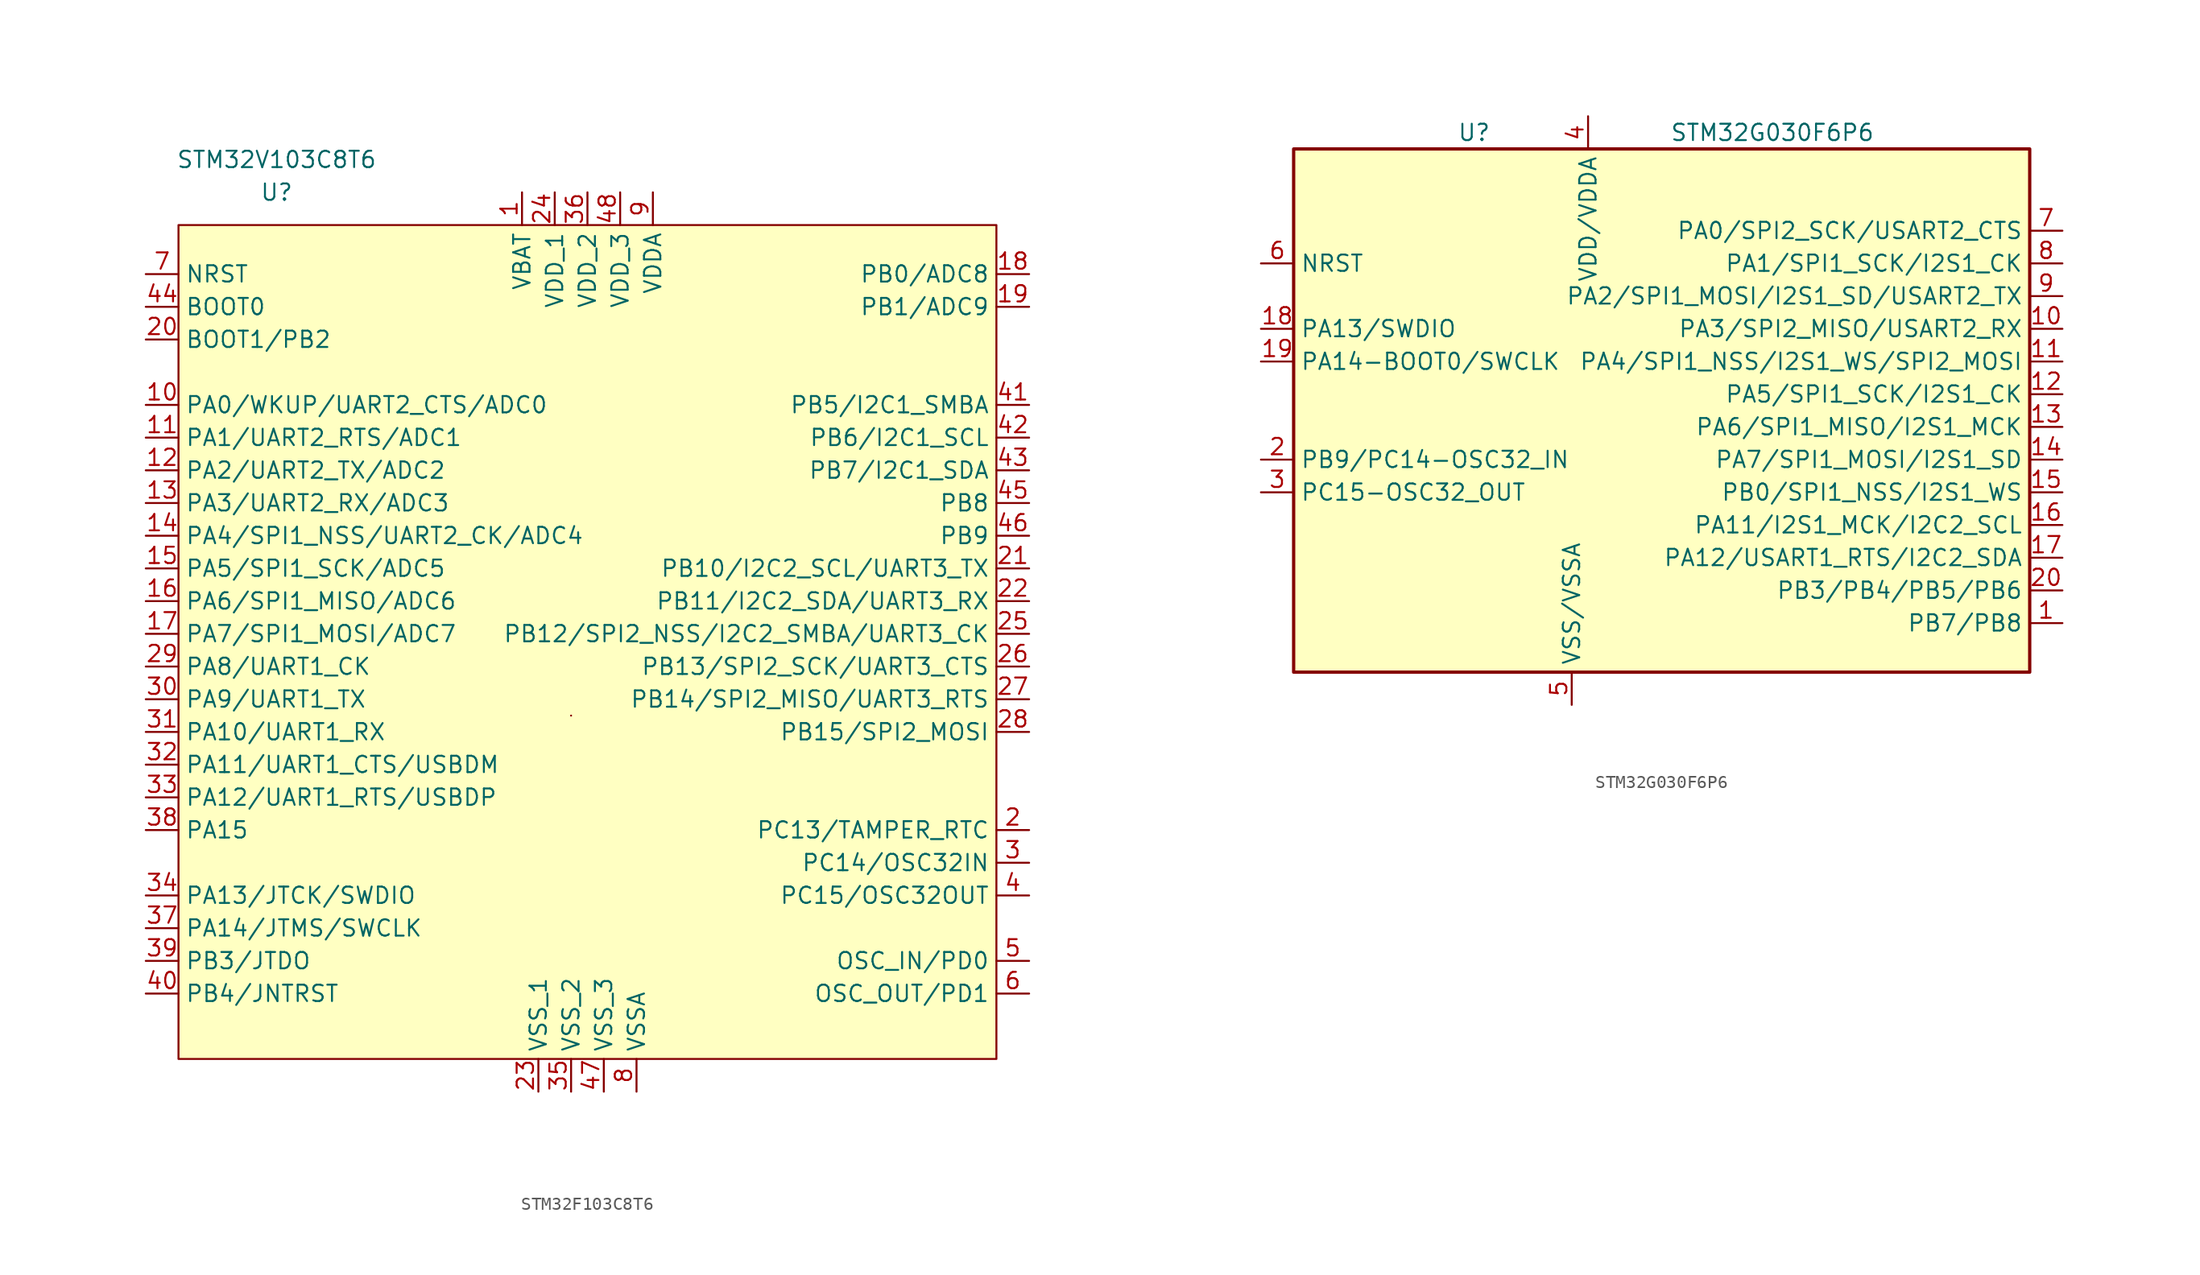
<source format=kicad_sym>
(kicad_symbol_lib
  (version 20241209)
  (generator "kicad_symbol_editor")
  (generator_version "9.0")
  (symbol "STM32F103C8T6"
    (property "Reference" "U"
      (at -24.13 25.4 0)
      (effects (font (size 1.27 1.27))))
    (property "Value" "STM32V103C8T6"
      (at -24.13 27.94 0)
      (effects (font (size 1.27 1.27))))
    (symbol "STM32F103C8T6_0_1"
      (rectangle (start -31.75 22.86) (end 31.75 -41.91) (stroke (width 0.152) (type default)) (fill (type background)))
      (rectangle (start -1.27 -15.24) (end -1.27 -15.24) (stroke (width 0.152) (type default)) (fill (type none))))
    (symbol "STM32F103C8T6_1_1"
      (pin input line (at -34.29 19.05 0) (length 2.54) (name "NRST" (effects (font (size 1.27 1.27)))) (number "7" (effects (font (size 1.27 1.27)))))
      (pin input line (at -34.29 16.51 0) (length 2.54) (name "BOOT0" (effects (font (size 1.27 1.27)))) (number "44" (effects (font (size 1.27 1.27)))))
      (pin bidirectional line (at -34.29 13.97 0) (length 2.54) (name "BOOT1/PB2" (effects (font (size 1.27 1.27)))) (number "20" (effects (font (size 1.27 1.27)))))
      (pin bidirectional line (at -34.29 8.89 0) (length 2.54) (name "PA0/WKUP/UART2_CTS/ADC0" (effects (font (size 1.27 1.27)))) (number "10" (effects (font (size 1.27 1.27)))))
      (pin bidirectional line (at -34.29 6.35 0) (length 2.54) (name "PA1/UART2_RTS/ADC1" (effects (font (size 1.27 1.27)))) (number "11" (effects (font (size 1.27 1.27)))))
      (pin bidirectional line (at -34.29 3.81 0) (length 2.54) (name "PA2/UART2_TX/ADC2" (effects (font (size 1.27 1.27)))) (number "12" (effects (font (size 1.27 1.27)))))
      (pin bidirectional line (at -34.29 1.27 0) (length 2.54) (name "PA3/UART2_RX/ADC3" (effects (font (size 1.27 1.27)))) (number "13" (effects (font (size 1.27 1.27)))))
      (pin bidirectional line (at -34.29 -1.27 0) (length 2.54) (name "PA4/SPI1_NSS/UART2_CK/ADC4" (effects (font (size 1.27 1.27)))) (number "14" (effects (font (size 1.27 1.27)))))
      (pin bidirectional line (at -34.29 -3.81 0) (length 2.54) (name "PA5/SPI1_SCK/ADC5" (effects (font (size 1.27 1.27)))) (number "15" (effects (font (size 1.27 1.27)))))
      (pin bidirectional line (at -34.29 -6.35 0) (length 2.54) (name "PA6/SPI1_MISO/ADC6" (effects (font (size 1.27 1.27)))) (number "16" (effects (font (size 1.27 1.27)))))
      (pin bidirectional line (at -34.29 -8.89 0) (length 2.54) (name "PA7/SPI1_MOSI/ADC7" (effects (font (size 1.27 1.27)))) (number "17" (effects (font (size 1.27 1.27)))))
      (pin bidirectional line (at -34.29 -11.43 0) (length 2.54) (name "PA8/UART1_CK" (effects (font (size 1.27 1.27)))) (number "29" (effects (font (size 1.27 1.27)))))
      (pin bidirectional line (at -34.29 -13.97 0) (length 2.54) (name "PA9/UART1_TX" (effects (font (size 1.27 1.27)))) (number "30" (effects (font (size 1.27 1.27)))))
      (pin bidirectional line (at -34.29 -16.51 0) (length 2.54) (name "PA10/UART1_RX" (effects (font (size 1.27 1.27)))) (number "31" (effects (font (size 1.27 1.27)))))
      (pin bidirectional line (at -34.29 -19.05 0) (length 2.54) (name "PA11/UART1_CTS/USBDM" (effects (font (size 1.27 1.27)))) (number "32" (effects (font (size 1.27 1.27)))))
      (pin bidirectional line (at -34.29 -21.59 0) (length 2.54) (name "PA12/UART1_RTS/USBDP" (effects (font (size 1.27 1.27)))) (number "33" (effects (font (size 1.27 1.27)))))
      (pin bidirectional line (at -34.29 -24.13 0) (length 2.54) (name "PA15" (effects (font (size 1.27 1.27)))) (number "38" (effects (font (size 1.27 1.27)))))
      (pin bidirectional line (at -34.29 -29.21 0) (length 2.54) (name "PA13/JTCK/SWDIO" (effects (font (size 1.27 1.27)))) (number "34" (effects (font (size 1.27 1.27)))))
      (pin bidirectional line (at -34.29 -31.75 0) (length 2.54) (name "PA14/JTMS/SWCLK" (effects (font (size 1.27 1.27)))) (number "37" (effects (font (size 1.27 1.27)))))
      (pin bidirectional line (at -34.29 -34.29 0) (length 2.54) (name "PB3/JTDO" (effects (font (size 1.27 1.27)))) (number "39" (effects (font (size 1.27 1.27)))))
      (pin bidirectional line (at -34.29 -36.83 0) (length 2.54) (name "PB4/JNTRST" (effects (font (size 1.27 1.27)))) (number "40" (effects (font (size 1.27 1.27)))))
      (pin power_in line (at -5.08 25.4 270) (length 2.54) (name "VBAT" (effects (font (size 1.27 1.27)))) (number "1" (effects (font (size 1.27 1.27)))))
      (pin power_in line (at -3.81 -44.45 90) (length 2.54) (name "VSS_1" (effects (font (size 1.27 1.27)))) (number "23" (effects (font (size 1.27 1.27)))))
      (pin power_in line (at -2.54 25.4 270) (length 2.54) (name "VDD_1" (effects (font (size 1.27 1.27)))) (number "24" (effects (font (size 1.27 1.27)))))
      (pin power_in line (at -1.27 -44.45 90) (length 2.54) (name "VSS_2" (effects (font (size 1.27 1.27)))) (number "35" (effects (font (size 1.27 1.27)))))
      (pin power_in line (at 0 25.4 270) (length 2.54) (name "VDD_2" (effects (font (size 1.27 1.27)))) (number "36" (effects (font (size 1.27 1.27)))))
      (pin power_in line (at 1.27 -44.45 90) (length 2.54) (name "VSS_3" (effects (font (size 1.27 1.27)))) (number "47" (effects (font (size 1.27 1.27)))))
      (pin power_in line (at 2.54 25.4 270) (length 2.54) (name "VDD_3" (effects (font (size 1.27 1.27)))) (number "48" (effects (font (size 1.27 1.27)))))
      (pin input line (at 3.81 -44.45 90) (length 2.54) (name "VSSA" (effects (font (size 1.27 1.27)))) (number "8" (effects (font (size 1.27 1.27)))))
      (pin input line (at 5.08 25.4 270) (length 2.54) (name "VDDA" (effects (font (size 1.27 1.27)))) (number "9" (effects (font (size 1.27 1.27)))))
      (pin bidirectional line (at 34.29 19.05 180) (length 2.54) (name "PB0/ADC8" (effects (font (size 1.27 1.27)))) (number "18" (effects (font (size 1.27 1.27)))))
      (pin bidirectional line (at 34.29 16.51 180) (length 2.54) (name "PB1/ADC9" (effects (font (size 1.27 1.27)))) (number "19" (effects (font (size 1.27 1.27)))))
      (pin bidirectional line (at 34.29 8.89 180) (length 2.54) (name "PB5/I2C1_SMBA" (effects (font (size 1.27 1.27)))) (number "41" (effects (font (size 1.27 1.27)))))
      (pin bidirectional line (at 34.29 6.35 180) (length 2.54) (name "PB6/I2C1_SCL" (effects (font (size 1.27 1.27)))) (number "42" (effects (font (size 1.27 1.27)))))
      (pin bidirectional line (at 34.29 3.81 180) (length 2.54) (name "PB7/I2C1_SDA" (effects (font (size 1.27 1.27)))) (number "43" (effects (font (size 1.27 1.27)))))
      (pin bidirectional line (at 34.29 1.27 180) (length 2.54) (name "PB8" (effects (font (size 1.27 1.27)))) (number "45" (effects (font (size 1.27 1.27)))))
      (pin bidirectional line (at 34.29 -1.27 180) (length 2.54) (name "PB9" (effects (font (size 1.27 1.27)))) (number "46" (effects (font (size 1.27 1.27)))))
      (pin bidirectional line (at 34.29 -3.81 180) (length 2.54) (name "PB10/I2C2_SCL/UART3_TX" (effects (font (size 1.27 1.27)))) (number "21" (effects (font (size 1.27 1.27)))))
      (pin bidirectional line (at 34.29 -6.35 180) (length 2.54) (name "PB11/I2C2_SDA/UART3_RX" (effects (font (size 1.27 1.27)))) (number "22" (effects (font (size 1.27 1.27)))))
      (pin bidirectional line (at 34.29 -8.89 180) (length 2.54) (name "PB12/SPI2_NSS/I2C2_SMBA/UART3_CK" (effects (font (size 1.27 1.27)))) (number "25" (effects (font (size 1.27 1.27)))))
      (pin bidirectional line (at 34.29 -11.43 180) (length 2.54) (name "PB13/SPI2_SCK/UART3_CTS" (effects (font (size 1.27 1.27)))) (number "26" (effects (font (size 1.27 1.27)))))
      (pin bidirectional line (at 34.29 -13.97 180) (length 2.54) (name "PB14/SPI2_MISO/UART3_RTS" (effects (font (size 1.27 1.27)))) (number "27" (effects (font (size 1.27 1.27)))))
      (pin bidirectional line (at 34.29 -16.51 180) (length 2.54) (name "PB15/SPI2_MOSI" (effects (font (size 1.27 1.27)))) (number "28" (effects (font (size 1.27 1.27)))))
      (pin bidirectional line (at 34.29 -24.13 180) (length 2.54) (name "PC13/TAMPER_RTC" (effects (font (size 1.27 1.27)))) (number "2" (effects (font (size 1.27 1.27)))))
      (pin bidirectional line (at 34.29 -26.67 180) (length 2.54) (name "PC14/OSC32IN" (effects (font (size 1.27 1.27)))) (number "3" (effects (font (size 1.27 1.27)))))
      (pin bidirectional line (at 34.29 -29.21 180) (length 2.54) (name "PC15/OSC32OUT" (effects (font (size 1.27 1.27)))) (number "4" (effects (font (size 1.27 1.27)))))
      (pin bidirectional line (at 34.29 -34.29 180) (length 2.54) (name "OSC_IN/PD0" (effects (font (size 1.27 1.27)))) (number "5" (effects (font (size 1.27 1.27)))))
      (pin bidirectional line (at 34.29 -36.83 180) (length 2.54) (name "OSC_OUT/PD1" (effects (font (size 1.27 1.27)))) (number "6" (effects (font (size 1.27 1.27)))))))
  (symbol "STM32G030F6P6"
    (property "Reference" "U"
      (at -10.16 22.86 0)
      (effects (font (size 1.27 1.27)) (justify left)))
    (property "Value" "STM32G030F6P6"
      (at 6.35 22.86 0)
      (effects (font (size 1.27 1.27)) (justify left)))
    (symbol "STM32G030F6P6_0_1"
      (rectangle (start -22.86 21.59) (end 34.29 -19.05) (stroke (width 0.254) (type default)) (fill (type background))))
    (symbol "STM32G030F6P6_1_1"
      (pin input line (at -25.4 12.7 0) (length 2.54) (name "NRST" (effects (font (size 1.27 1.27)))) (number "6" (effects (font (size 1.27 1.27)))))
      (pin bidirectional line (at -25.4 7.62 0) (length 2.54) (name "PA13/SWDIO" (effects (font (size 1.27 1.27)))) (number "18" (effects (font (size 1.27 1.27)))))
      (pin bidirectional line (at -25.4 5.08 0) (length 2.54) (name "PA14-BOOT0/SWCLK" (effects (font (size 1.27 1.27)))) (number "19" (effects (font (size 1.27 1.27)))))
      (pin bidirectional line (at -25.4 -2.54 0) (length 2.54) (name "PB9/PC14-OSC32_IN" (effects (font (size 1.27 1.27)))) (number "2" (effects (font (size 1.27 1.27)))))
      (pin bidirectional line (at -25.4 -5.08 0) (length 2.54) (name "PC15-OSC32_OUT" (effects (font (size 1.27 1.27)))) (number "3" (effects (font (size 1.27 1.27)))))
      (pin power_in line (at -1.27 -21.59 90) (length 2.54) (name "VSS/VSSA" (effects (font (size 1.27 1.27)))) (number "5" (effects (font (size 1.27 1.27)))))
      (pin power_in line (at 0 24.13 270) (length 2.54) (name "VDD/VDDA" (effects (font (size 1.27 1.27)))) (number "4" (effects (font (size 1.27 1.27)))))
      (pin bidirectional line (at 36.83 15.24 180) (length 2.54) (name "PA0/SPI2_SCK/USART2_CTS" (effects (font (size 1.27 1.27)))) (number "7" (effects (font (size 1.27 1.27)))))
      (pin bidirectional line (at 36.83 12.7 180) (length 2.54) (name "PA1/SPI1_SCK/I2S1_CK" (effects (font (size 1.27 1.27)))) (number "8" (effects (font (size 1.27 1.27)))))
      (pin bidirectional line (at 36.83 10.16 180) (length 2.54) (name "PA2/SPI1_MOSI/I2S1_SD/USART2_TX" (effects (font (size 1.27 1.27)))) (number "9" (effects (font (size 1.27 1.27)))))
      (pin bidirectional line (at 36.83 7.62 180) (length 2.54) (name "PA3/SPI2_MISO/USART2_RX" (effects (font (size 1.27 1.27)))) (number "10" (effects (font (size 1.27 1.27)))))
      (pin bidirectional line (at 36.83 5.08 180) (length 2.54) (name "PA4/SPI1_NSS/I2S1_WS/SPI2_MOSI" (effects (font (size 1.27 1.27)))) (number "11" (effects (font (size 1.27 1.27)))))
      (pin bidirectional line (at 36.83 2.54 180) (length 2.54) (name "PA5/SPI1_SCK/I2S1_CK" (effects (font (size 1.27 1.27)))) (number "12" (effects (font (size 1.27 1.27)))))
      (pin bidirectional line (at 36.83 0 180) (length 2.54) (name "PA6/SPI1_MISO/I2S1_MCK" (effects (font (size 1.27 1.27)))) (number "13" (effects (font (size 1.27 1.27)))))
      (pin bidirectional line (at 36.83 -2.54 180) (length 2.54) (name "PA7/SPI1_MOSI/I2S1_SD" (effects (font (size 1.27 1.27)))) (number "14" (effects (font (size 1.27 1.27)))))
      (pin bidirectional line (at 36.83 -5.08 180) (length 2.54) (name "PB0/SPI1_NSS/I2S1_WS" (effects (font (size 1.27 1.27)))) (number "15" (effects (font (size 1.27 1.27)))))
      (pin bidirectional line (at 36.83 -7.62 180) (length 2.54) (name "PA11/I2S1_MCK/I2C2_SCL" (effects (font (size 1.27 1.27)))) (number "16" (effects (font (size 1.27 1.27)))))
      (pin bidirectional line (at 36.83 -10.16 180) (length 2.54) (name "PA12/USART1_RTS/I2C2_SDA" (effects (font (size 1.27 1.27)))) (number "17" (effects (font (size 1.27 1.27)))))
      (pin bidirectional line (at 36.83 -12.7 180) (length 2.54) (name "PB3/PB4/PB5/PB6" (effects (font (size 1.27 1.27)))) (number "20" (effects (font (size 1.27 1.27)))))
      (pin bidirectional line (at 36.83 -15.24 180) (length 2.54) (name "PB7/PB8" (effects (font (size 1.27 1.27)))) (number "1" (effects (font (size 1.27 1.27))))))))
</source>
